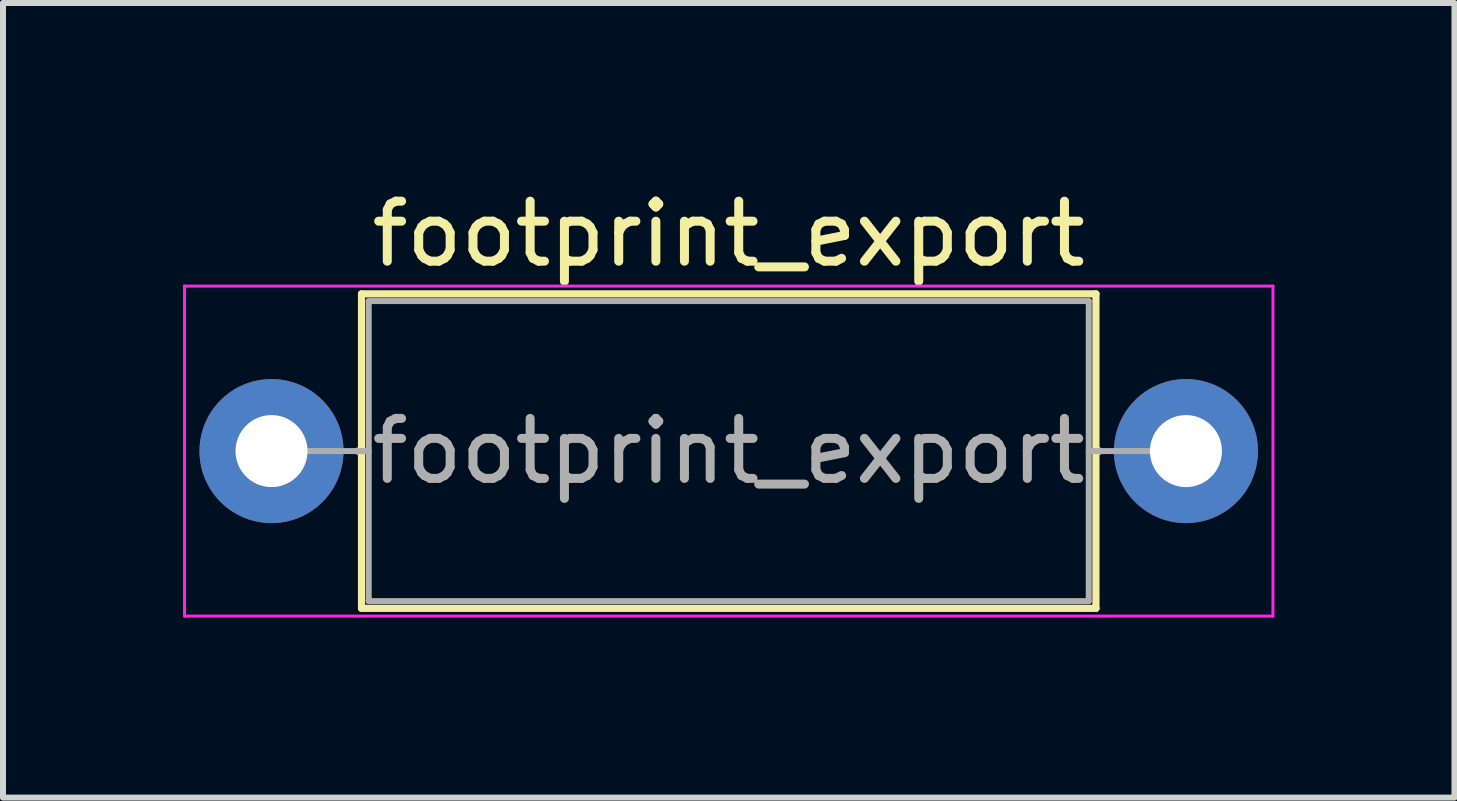
<source format=kicad_pcb>
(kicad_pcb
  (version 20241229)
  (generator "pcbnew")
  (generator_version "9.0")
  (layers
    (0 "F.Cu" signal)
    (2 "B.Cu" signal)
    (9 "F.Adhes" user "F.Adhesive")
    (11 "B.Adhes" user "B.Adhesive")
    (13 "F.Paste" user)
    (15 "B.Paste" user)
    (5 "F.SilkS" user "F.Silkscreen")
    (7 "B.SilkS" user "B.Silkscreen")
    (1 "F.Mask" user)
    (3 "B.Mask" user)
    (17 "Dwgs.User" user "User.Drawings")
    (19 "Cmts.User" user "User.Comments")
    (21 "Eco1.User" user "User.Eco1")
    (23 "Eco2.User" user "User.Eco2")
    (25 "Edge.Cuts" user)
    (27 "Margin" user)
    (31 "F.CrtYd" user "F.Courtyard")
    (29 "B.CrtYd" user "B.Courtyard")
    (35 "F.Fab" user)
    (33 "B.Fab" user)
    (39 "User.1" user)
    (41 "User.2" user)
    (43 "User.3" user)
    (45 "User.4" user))
  (footprint "footprint_export"
    (layer "F.Cu")
    (at 1.475 4.468)
    (property "Reference" "footprint_export" (at 7.62 -3.62 0) (layer "F.SilkS") (effects (font (size 1 1) (thickness 0.15))))
    (attr through_hole)
    (fp_line (start 1.44 0) (end 1.5 0) (stroke (width 0.12) (type solid)) (layer "F.SilkS"))
    (fp_line (start 1.5 -2.62) (end 1.5 2.62) (stroke (width 0.12) (type solid)) (layer "F.SilkS"))
    (fp_line (start 1.5 2.62) (end 13.74 2.62) (stroke (width 0.12) (type solid)) (layer "F.SilkS"))
    (fp_line (start 13.74 -2.62) (end 1.5 -2.62) (stroke (width 0.12) (type solid)) (layer "F.SilkS"))
    (fp_line (start 13.74 2.62) (end 13.74 -2.62) (stroke (width 0.12) (type solid)) (layer "F.SilkS"))
    (fp_line (start 13.8 0) (end 13.74 0) (stroke (width 0.12) (type solid)) (layer "F.SilkS"))
    (fp_line (start -1.45 -2.75) (end -1.45 2.75) (stroke (width 0.05) (type solid)) (layer "F.CrtYd"))
    (fp_line (start -1.45 2.75) (end 16.69 2.75) (stroke (width 0.05) (type solid)) (layer "F.CrtYd"))
    (fp_line (start 16.69 -2.75) (end -1.45 -2.75) (stroke (width 0.05) (type solid)) (layer "F.CrtYd"))
    (fp_line (start 16.69 2.75) (end 16.69 -2.75) (stroke (width 0.05) (type solid)) (layer "F.CrtYd"))
    (fp_line (start 0 0) (end 1.62 0) (stroke (width 0.1) (type solid)) (layer "F.Fab"))
    (fp_line (start 1.62 -2.5) (end 1.62 2.5) (stroke (width 0.1) (type solid)) (layer "F.Fab"))
    (fp_line (start 1.62 2.5) (end 13.62 2.5) (stroke (width 0.1) (type solid)) (layer "F.Fab"))
    (fp_line (start 13.62 -2.5) (end 1.62 -2.5) (stroke (width 0.1) (type solid)) (layer "F.Fab"))
    (fp_line (start 13.62 2.5) (end 13.62 -2.5) (stroke (width 0.1) (type solid)) (layer "F.Fab"))
    (fp_line (start 15.24 0) (end 13.62 0) (stroke (width 0.1) (type solid)) (layer "F.Fab"))
    (fp_text user "${REFERENCE}" (at 7.62 0 0) (layer "F.Fab") (effects (font (size 1 1) (thickness 0.15))))
    (pad "1" thru_hole circle (at 0 0) (size 2.4 2.4) (drill 1.2) (layers "*.Cu" "*.Mask"))
    (pad "2" thru_hole oval (at 15.24 0) (size 2.4 2.4) (drill 1.2) (layers "*.Cu" "*.Mask")))
  (gr_rect
    (start -3 -3)
    (end 21.19 10.243)
    (stroke (width 0.1) (type default))
    (fill no)
    (layer "Edge.Cuts")))
</source>
